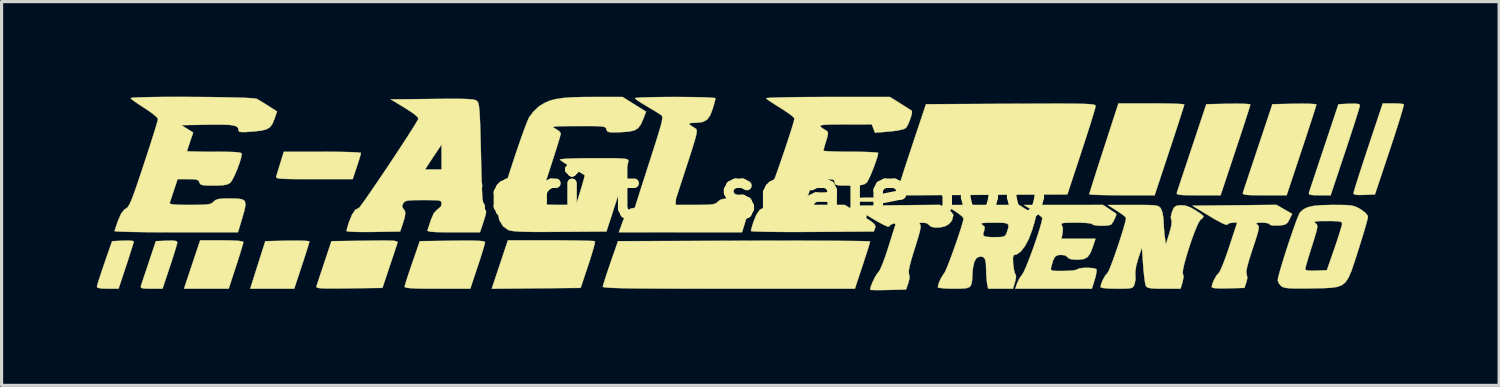
<source format=kicad_pcb>
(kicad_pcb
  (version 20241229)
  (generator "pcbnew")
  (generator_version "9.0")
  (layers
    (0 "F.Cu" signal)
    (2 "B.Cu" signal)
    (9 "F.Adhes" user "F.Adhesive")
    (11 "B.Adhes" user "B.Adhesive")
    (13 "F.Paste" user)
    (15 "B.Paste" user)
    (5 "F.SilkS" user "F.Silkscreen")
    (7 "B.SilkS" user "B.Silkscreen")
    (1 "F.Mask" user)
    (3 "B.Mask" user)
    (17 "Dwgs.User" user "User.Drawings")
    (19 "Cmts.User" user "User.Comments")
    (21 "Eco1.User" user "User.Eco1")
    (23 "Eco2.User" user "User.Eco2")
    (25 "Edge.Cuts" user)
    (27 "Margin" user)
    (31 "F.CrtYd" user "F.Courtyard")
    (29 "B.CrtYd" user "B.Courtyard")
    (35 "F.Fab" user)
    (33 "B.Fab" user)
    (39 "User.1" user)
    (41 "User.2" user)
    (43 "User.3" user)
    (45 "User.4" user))
  (footprint "scritta_scale500"
    (layer "F.Cu")
    (at 20.575 3.055)
    (property "Reference" "scritta_scale500" (at 0 0 0) (layer "F.SilkS") (effects (font (size 1.524 1.524) (thickness 0.3))))
    (attr through_hole)
    (fp_poly (pts (xy -16.319 1.477) (xy -16.1 1.489) (xy -15.978 1.508) (xy -15.951 1.527) (xy -15.966 1.592) (xy -16.008 1.736) (xy -16.07 1.938) (xy -16.147 2.181) (xy -16.183 2.289) (xy -16.414 2.997) (xy -17.823 2.997) (xy -17.569 2.235) (xy -17.314 1.473) (xy -16.633 1.473) (xy -16.319 1.477)) (stroke (width 0.01) (type solid)) (fill yes) (layer "F.SilkS"))
    (fp_poly (pts (xy -14.1 1.485) (xy -13.948 1.492) (xy -13.873 1.504) (xy -13.868 1.508) (xy -13.884 1.567) (xy -13.925 1.705) (xy -13.988 1.903) (xy -14.067 2.145) (xy -14.108 2.271) (xy -14.348 2.997) (xy -15.736 2.997) (xy -15.26 1.499) (xy -14.564 1.484) (xy -14.312 1.482) (xy -14.1 1.485)) (stroke (width 0.01) (type solid)) (fill yes) (layer "F.SilkS"))
    (fp_poly (pts (xy -5.891 1.474) (xy -5.564 1.477) (xy -5.284 1.482) (xy -5.065 1.488) (xy -4.921 1.494) (xy -4.865 1.502) (xy -4.87 1.558) (xy -4.903 1.692) (xy -4.96 1.887) (xy -5.035 2.126) (xy -5.077 2.251) (xy -5.317 2.972) (xy -8.121 2.999) (xy -7.611 1.473) (xy -6.252 1.473) (xy -5.891 1.474)) (stroke (width 0.01) (type solid)) (fill yes) (layer "F.SilkS"))
    (fp_poly (pts (xy 4.01 0.132) (xy 4.17 0.149) (xy 4.246 0.178) (xy 4.255 0.191) (xy 4.239 0.221) (xy 4.159 0.24) (xy 4.003 0.251) (xy 3.759 0.254) (xy 3.515 0.251) (xy 3.359 0.24) (xy 3.279 0.221) (xy 3.264 0.191) (xy 3.314 0.157) (xy 3.444 0.137) (xy 3.663 0.128) (xy 3.759 0.127) (xy 4.01 0.132)) (stroke (width 0.01) (type solid)) (fill yes) (layer "F.SilkS"))
    (fp_poly (pts (xy -19.454 1.49) (xy -19.406 1.507) (xy -19.406 1.507) (xy -19.421 1.567) (xy -19.463 1.704) (xy -19.526 1.903) (xy -19.604 2.145) (xy -19.646 2.271) (xy -19.886 2.997) (xy -20.23 2.997) (xy -20.431 2.99) (xy -20.541 2.969) (xy -20.57 2.934) (xy -20.553 2.865) (xy -20.508 2.719) (xy -20.442 2.516) (xy -20.36 2.275) (xy -20.329 2.184) (xy -20.091 1.499) (xy -19.748 1.484) (xy -19.577 1.481) (xy -19.454 1.49)) (stroke (width 0.01) (type solid)) (fill yes) (layer "F.SilkS"))
    (fp_poly (pts (xy -18.071 1.495) (xy -18.034 1.529) (xy -18.034 1.534) (xy -18.049 1.604) (xy -18.092 1.751) (xy -18.155 1.956) (xy -18.234 2.199) (xy -18.267 2.299) (xy -18.5 2.997) (xy -18.854 2.997) (xy -19.04 2.994) (xy -19.143 2.983) (xy -19.184 2.957) (xy -19.182 2.911) (xy -19.181 2.908) (xy -19.155 2.829) (xy -19.104 2.674) (xy -19.034 2.464) (xy -18.952 2.22) (xy -18.932 2.159) (xy -18.711 1.499) (xy -18.373 1.484) (xy -18.179 1.481) (xy -18.071 1.495)) (stroke (width 0.01) (type solid)) (fill yes) (layer "F.SilkS"))
    (fp_poly (pts (xy -13.12 -1.319) (xy -12.817 -1.315) (xy -12.565 -1.309) (xy -12.376 -1.3) (xy -12.266 -1.29) (xy -12.243 -1.283) (xy -12.258 -1.22) (xy -12.298 -1.086) (xy -12.355 -0.908) (xy -12.374 -0.851) (xy -12.505 -0.457) (xy -13.724 -0.457) (xy -14.106 -0.458) (xy -14.399 -0.459) (xy -14.613 -0.464) (xy -14.761 -0.471) (xy -14.853 -0.482) (xy -14.902 -0.499) (xy -14.918 -0.521) (xy -14.915 -0.546) (xy -14.886 -0.638) (xy -14.839 -0.793) (xy -14.782 -0.978) (xy -14.677 -1.321) (xy -13.46 -1.321) (xy -13.12 -1.319)) (stroke (width 0.01) (type solid)) (fill yes) (layer "F.SilkS"))
    (fp_poly (pts (xy 20.461 -2.841) (xy 20.587 -2.829) (xy 20.637 -2.816) (xy 20.628 -2.762) (xy 20.591 -2.625) (xy 20.529 -2.415) (xy 20.446 -2.147) (xy 20.344 -1.831) (xy 20.229 -1.479) (xy 20.196 -1.381) (xy 19.727 0.025) (xy 19.389 0.04) (xy 19.195 0.043) (xy 19.088 0.029) (xy 19.05 -0.005) (xy 19.05 -0.01) (xy 19.066 -0.074) (xy 19.109 -0.221) (xy 19.178 -0.439) (xy 19.266 -0.714) (xy 19.371 -1.035) (xy 19.487 -1.388) (xy 19.511 -1.46) (xy 19.973 -2.845) (xy 20.29 -2.845) (xy 20.461 -2.841)) (stroke (width 0.01) (type solid)) (fill yes) (layer "F.SilkS"))
    (fp_poly (pts (xy -8.725 1.482) (xy -8.533 1.488) (xy -8.41 1.499) (xy -8.347 1.516) (xy -8.331 1.536) (xy -8.347 1.605) (xy -8.389 1.751) (xy -8.452 1.956) (xy -8.531 2.199) (xy -8.564 2.299) (xy -8.797 2.997) (xy -9.834 2.997) (xy -10.201 2.996) (xy -10.477 2.991) (xy -10.671 2.982) (xy -10.794 2.969) (xy -10.856 2.951) (xy -10.868 2.934) (xy -10.85 2.865) (xy -10.806 2.719) (xy -10.739 2.516) (xy -10.658 2.275) (xy -10.626 2.184) (xy -10.389 1.499) (xy -9.36 1.485) (xy -8.997 1.481) (xy -8.725 1.482)) (stroke (width 0.01) (type solid)) (fill yes) (layer "F.SilkS"))
    (fp_poly (pts (xy 19.216 -2.823) (xy 19.253 -2.789) (xy 19.253 -2.784) (xy 19.238 -2.72) (xy 19.194 -2.573) (xy 19.126 -2.355) (xy 19.037 -2.08) (xy 18.933 -1.759) (xy 18.816 -1.406) (xy 18.792 -1.334) (xy 18.33 0.051) (xy 17.976 0.051) (xy 17.79 0.048) (xy 17.687 0.036) (xy 17.646 0.01) (xy 17.648 -0.035) (xy 17.649 -0.038) (xy 17.672 -0.108) (xy 17.723 -0.261) (xy 17.797 -0.484) (xy 17.89 -0.763) (xy 17.997 -1.086) (xy 18.115 -1.438) (xy 18.127 -1.473) (xy 18.576 -2.819) (xy 18.914 -2.834) (xy 19.108 -2.837) (xy 19.216 -2.823)) (stroke (width 0.01) (type solid)) (fill yes) (layer "F.SilkS"))
    (fp_poly (pts (xy 15.568 -2.833) (xy 15.72 -2.825) (xy 15.794 -2.813) (xy 15.799 -2.809) (xy 15.783 -2.753) (xy 15.74 -2.613) (xy 15.672 -2.401) (xy 15.584 -2.13) (xy 15.479 -1.811) (xy 15.362 -1.459) (xy 15.33 -1.36) (xy 14.86 0.051) (xy 14.158 0.051) (xy 13.878 0.05) (xy 13.685 0.046) (xy 13.565 0.036) (xy 13.501 0.02) (xy 13.479 -0.005) (xy 13.484 -0.038) (xy 13.507 -0.108) (xy 13.557 -0.261) (xy 13.631 -0.484) (xy 13.724 -0.763) (xy 13.832 -1.086) (xy 13.949 -1.438) (xy 13.961 -1.473) (xy 14.41 -2.819) (xy 15.105 -2.834) (xy 15.357 -2.836) (xy 15.568 -2.833)) (stroke (width 0.01) (type solid)) (fill yes) (layer "F.SilkS"))
    (fp_poly (pts (xy 17.651 -2.833) (xy 17.803 -2.825) (xy 17.877 -2.813) (xy 17.882 -2.809) (xy 17.866 -2.753) (xy 17.822 -2.613) (xy 17.755 -2.401) (xy 17.666 -2.13) (xy 17.562 -1.811) (xy 17.445 -1.459) (xy 17.412 -1.36) (xy 16.943 0.051) (xy 16.241 0.051) (xy 15.961 0.05) (xy 15.768 0.046) (xy 15.647 0.036) (xy 15.584 0.02) (xy 15.562 -0.005) (xy 15.566 -0.038) (xy 15.589 -0.108) (xy 15.64 -0.261) (xy 15.714 -0.484) (xy 15.807 -0.763) (xy 15.915 -1.086) (xy 16.032 -1.438) (xy 16.044 -1.473) (xy 16.493 -2.819) (xy 17.187 -2.834) (xy 17.44 -2.836) (xy 17.651 -2.833)) (stroke (width 0.01) (type solid)) (fill yes) (layer "F.SilkS"))
    (fp_poly (pts (xy -11.318 1.482) (xy -11.196 1.489) (xy -11.126 1.502) (xy -11.095 1.521) (xy -11.092 1.548) (xy -11.095 1.561) (xy -11.122 1.641) (xy -11.173 1.796) (xy -11.243 2.006) (xy -11.325 2.251) (xy -11.345 2.311) (xy -11.566 2.972) (xy -12.619 2.986) (xy -12.972 2.99) (xy -13.235 2.991) (xy -13.421 2.988) (xy -13.543 2.981) (xy -13.614 2.968) (xy -13.644 2.949) (xy -13.647 2.922) (xy -13.644 2.909) (xy -13.618 2.83) (xy -13.566 2.674) (xy -13.496 2.464) (xy -13.415 2.22) (xy -13.395 2.159) (xy -13.174 1.499) (xy -12.12 1.485) (xy -11.768 1.481) (xy -11.505 1.479) (xy -11.318 1.482)) (stroke (width 0.01) (type solid)) (fill yes) (layer "F.SilkS"))
    (fp_poly (pts (xy 12.99 -2.843) (xy 13.264 -2.839) (xy 13.487 -2.832) (xy 13.641 -2.823) (xy 13.713 -2.813) (xy 13.716 -2.81) (xy 13.701 -2.755) (xy 13.657 -2.615) (xy 13.59 -2.404) (xy 13.502 -2.133) (xy 13.398 -1.816) (xy 13.282 -1.463) (xy 13.248 -1.362) (xy 12.781 0.051) (xy 11.75 0.051) (xy 11.439 0.049) (xy 11.165 0.045) (xy 10.944 0.039) (xy 10.791 0.031) (xy 10.722 0.022) (xy 10.719 0.02) (xy 10.734 -0.034) (xy 10.777 -0.173) (xy 10.843 -0.384) (xy 10.929 -0.654) (xy 11.031 -0.972) (xy 11.145 -1.325) (xy 11.179 -1.428) (xy 11.639 -2.845) (xy 12.677 -2.845) (xy 12.99 -2.843)) (stroke (width 0.01) (type solid)) (fill yes) (layer "F.SilkS"))
    (fp_poly (pts (xy 10.078 -2.837) (xy 10.342 -2.835) (xy 10.545 -2.83) (xy 10.694 -2.824) (xy 10.798 -2.815) (xy 10.864 -2.804) (xy 10.901 -2.79) (xy 10.917 -2.773) (xy 10.919 -2.756) (xy 10.903 -2.686) (xy 10.859 -2.533) (xy 10.791 -2.31) (xy 10.703 -2.031) (xy 10.599 -1.708) (xy 10.484 -1.356) (xy 10.473 -1.321) (xy 10.029 0.025) (xy 7.33 0.039) (xy 4.631 0.052) (xy 4.753 -0.342) (xy 4.807 -0.513) (xy 4.886 -0.757) (xy 4.983 -1.055) (xy 5.092 -1.383) (xy 5.204 -1.721) (xy 5.223 -1.778) (xy 5.571 -2.819) (xy 8.247 -2.833) (xy 8.837 -2.835) (xy 9.333 -2.837) (xy 9.745 -2.838) (xy 10.078 -2.837)) (stroke (width 0.01) (type solid)) (fill yes) (layer "F.SilkS"))
    (fp_poly (pts (xy 1.613 1.484) (xy 2.125 1.485) (xy 2.583 1.487) (xy 2.981 1.49) (xy 3.309 1.493) (xy 3.562 1.497) (xy 3.73 1.502) (xy 3.806 1.508) (xy 3.81 1.509) (xy 3.795 1.568) (xy 3.753 1.705) (xy 3.69 1.903) (xy 3.612 2.144) (xy 3.57 2.271) (xy 3.33 2.997) (xy -0.646 2.997) (xy -1.403 2.997) (xy -2.064 2.996) (xy -2.634 2.994) (xy -3.12 2.992) (xy -3.526 2.988) (xy -3.858 2.984) (xy -4.123 2.978) (xy -4.325 2.971) (xy -4.469 2.963) (xy -4.563 2.953) (xy -4.61 2.942) (xy -4.619 2.934) (xy -4.602 2.865) (xy -4.557 2.719) (xy -4.491 2.516) (xy -4.409 2.275) (xy -4.378 2.184) (xy -4.14 1.499) (xy -0.165 1.486) (xy 0.46 1.484) (xy 1.056 1.483) (xy 1.613 1.484)) (stroke (width 0.01) (type solid)) (fill yes) (layer "F.SilkS"))
    (fp_poly (pts (xy 16.87 0.497) (xy 17.117 0.639) (xy 17.03 0.815) (xy 16.969 0.919) (xy 16.899 0.974) (xy 16.784 0.998) (xy 16.675 1.006) (xy 16.511 1.006) (xy 16.42 0.985) (xy 16.408 0.968) (xy 16.363 0.936) (xy 16.246 0.917) (xy 16.17 0.914) (xy 16.032 0.918) (xy 15.981 0.933) (xy 16.002 0.966) (xy 16.018 0.978) (xy 16.05 1.009) (xy 16.063 1.057) (xy 16.056 1.135) (xy 16.025 1.261) (xy 15.967 1.45) (xy 15.879 1.717) (xy 15.868 1.748) (xy 15.769 2.055) (xy 15.705 2.279) (xy 15.675 2.429) (xy 15.675 2.517) (xy 15.682 2.535) (xy 15.704 2.661) (xy 15.672 2.794) (xy 15.612 2.972) (xy 15.096 2.986) (xy 14.827 2.989) (xy 14.655 2.978) (xy 14.582 2.954) (xy 14.58 2.947) (xy 14.604 2.835) (xy 14.665 2.696) (xy 14.738 2.571) (xy 14.798 2.507) (xy 14.839 2.446) (xy 14.903 2.305) (xy 14.983 2.103) (xy 15.072 1.855) (xy 15.128 1.689) (xy 15.382 0.914) (xy 15.239 0.914) (xy 15.128 0.934) (xy 15.075 0.977) (xy 15.024 0.979) (xy 14.896 0.926) (xy 14.696 0.818) (xy 14.513 0.71) (xy 13.971 0.381) (xy 15.297 0.367) (xy 16.623 0.354) (xy 16.87 0.497)) (stroke (width 0.01) (type solid)) (fill yes) (layer "F.SilkS"))
    (fp_poly (pts (xy 6.234 0.486) (xy 6.381 0.589) (xy 6.433 0.67) (xy 6.43 0.694) (xy 6.404 0.788) (xy 6.401 0.815) (xy 6.367 0.878) (xy 6.29 0.963) (xy 6.175 1.028) (xy 6.021 1.064) (xy 5.863 1.07) (xy 5.734 1.044) (xy 5.671 0.991) (xy 5.599 0.933) (xy 5.475 0.915) (xy 5.372 0.924) (xy 5.366 0.951) (xy 5.378 0.96) (xy 5.4 0.994) (xy 5.401 1.065) (xy 5.378 1.187) (xy 5.327 1.373) (xy 5.246 1.638) (xy 5.217 1.729) (xy 5.12 2.043) (xy 5.058 2.273) (xy 5.029 2.428) (xy 5.029 2.517) (xy 5.036 2.535) (xy 5.056 2.652) (xy 5.014 2.819) (xy 4.943 3.023) (xy 4.376 3.037) (xy 4.15 3.041) (xy 3.967 3.041) (xy 3.847 3.037) (xy 3.81 3.031) (xy 3.834 2.926) (xy 3.892 2.778) (xy 3.966 2.628) (xy 4.036 2.516) (xy 4.062 2.489) (xy 4.117 2.408) (xy 4.191 2.243) (xy 4.278 2.01) (xy 4.372 1.727) (xy 4.451 1.476) (xy 4.52 1.257) (xy 4.573 1.09) (xy 4.604 0.994) (xy 4.608 0.982) (xy 4.591 0.942) (xy 4.528 0.949) (xy 4.437 0.997) (xy 4.41 1.038) (xy 4.362 1.039) (xy 4.241 0.986) (xy 4.054 0.886) (xy 3.811 0.742) (xy 3.81 0.741) (xy 3.226 0.381) (xy 4.617 0.367) (xy 6.008 0.354) (xy 6.234 0.486)) (stroke (width 0.01) (type solid)) (fill yes) (layer "F.SilkS"))
    (fp_poly (pts (xy 11.355 0.49) (xy 11.476 0.571) (xy 11.556 0.625) (xy 11.572 0.636) (xy 11.566 0.686) (xy 11.526 0.784) (xy 11.47 0.891) (xy 11.417 0.967) (xy 11.406 0.977) (xy 11.326 1.001) (xy 11.194 1.013) (xy 11.045 1.013) (xy 10.913 1.001) (xy 10.832 0.979) (xy 10.82 0.965) (xy 10.772 0.942) (xy 10.637 0.925) (xy 10.429 0.916) (xy 10.306 0.914) (xy 10.074 0.916) (xy 9.928 0.923) (xy 9.854 0.938) (xy 9.838 0.963) (xy 9.852 0.987) (xy 9.888 1.1) (xy 9.878 1.241) (xy 9.844 1.422) (xy 10.916 1.422) (xy 10.836 1.664) (xy 10.756 1.871) (xy 10.669 1.998) (xy 10.554 2.061) (xy 10.387 2.082) (xy 10.335 2.083) (xy 10.156 2.072) (xy 10.061 2.036) (xy 10.04 2.007) (xy 9.966 1.949) (xy 9.83 1.93) (xy 9.718 1.942) (xy 9.641 1.991) (xy 9.583 2.096) (xy 9.529 2.279) (xy 9.52 2.314) (xy 9.508 2.375) (xy 9.523 2.412) (xy 9.584 2.431) (xy 9.709 2.438) (xy 9.897 2.438) (xy 10.092 2.432) (xy 10.245 2.417) (xy 10.33 2.394) (xy 10.338 2.388) (xy 10.405 2.358) (xy 10.535 2.341) (xy 10.691 2.339) (xy 10.835 2.349) (xy 10.931 2.374) (xy 10.947 2.387) (xy 10.95 2.46) (xy 10.924 2.595) (xy 10.89 2.717) (xy 10.802 2.997) (xy 8.387 2.997) (xy 8.442 2.832) (xy 8.518 2.672) (xy 8.611 2.54) (xy 8.659 2.458) (xy 8.728 2.303) (xy 8.812 2.094) (xy 8.904 1.85) (xy 8.996 1.592) (xy 9.082 1.339) (xy 9.156 1.109) (xy 9.209 0.923) (xy 9.237 0.8) (xy 9.237 0.763) (xy 9.188 0.712) (xy 9.077 0.628) (xy 8.941 0.536) (xy 8.661 0.358) (xy 9.907 0.357) (xy 11.152 0.356) (xy 11.355 0.49)) (stroke (width 0.01) (type solid)) (fill yes) (layer "F.SilkS"))
    (fp_poly (pts (xy 18.679 0.357) (xy 18.869 0.363) (xy 19.003 0.378) (xy 19.105 0.406) (xy 19.199 0.45) (xy 19.277 0.495) (xy 19.427 0.605) (xy 19.502 0.703) (xy 19.507 0.73) (xy 19.492 0.807) (xy 19.45 0.963) (xy 19.387 1.183) (xy 19.305 1.45) (xy 19.212 1.748) (xy 19.201 1.782) (xy 19.084 2.149) (xy 18.988 2.431) (xy 18.899 2.64) (xy 18.803 2.787) (xy 18.687 2.884) (xy 18.538 2.941) (xy 18.34 2.969) (xy 18.082 2.981) (xy 17.748 2.986) (xy 17.729 2.987) (xy 17.407 2.991) (xy 17.171 2.99) (xy 17.004 2.982) (xy 16.891 2.967) (xy 16.816 2.943) (xy 16.777 2.92) (xy 16.691 2.822) (xy 16.662 2.731) (xy 16.678 2.637) (xy 16.722 2.468) (xy 16.746 2.385) (xy 17.526 2.385) (xy 17.572 2.418) (xy 17.713 2.431) (xy 17.869 2.428) (xy 18.212 2.413) (xy 18.45 1.727) (xy 18.536 1.474) (xy 18.608 1.25) (xy 18.661 1.075) (xy 18.689 0.969) (xy 18.691 0.953) (xy 18.682 0.91) (xy 18.638 0.884) (xy 18.54 0.87) (xy 18.371 0.864) (xy 18.227 0.864) (xy 18.011 0.865) (xy 17.882 0.872) (xy 17.826 0.887) (xy 17.83 0.912) (xy 17.854 0.932) (xy 17.89 0.964) (xy 17.908 1.007) (xy 17.906 1.078) (xy 17.881 1.194) (xy 17.829 1.37) (xy 17.75 1.625) (xy 17.737 1.664) (xy 17.66 1.911) (xy 17.595 2.125) (xy 17.549 2.286) (xy 17.527 2.376) (xy 17.526 2.385) (xy 16.746 2.385) (xy 16.788 2.242) (xy 16.869 1.977) (xy 16.961 1.692) (xy 17.056 1.406) (xy 17.149 1.136) (xy 17.233 0.901) (xy 17.303 0.72) (xy 17.353 0.61) (xy 17.366 0.59) (xy 17.47 0.496) (xy 17.606 0.43) (xy 17.789 0.387) (xy 18.038 0.364) (xy 18.368 0.356) (xy 18.411 0.356) (xy 18.679 0.357)) (stroke (width 0.01) (type solid)) (fill yes) (layer "F.SilkS"))
    (fp_poly (pts (xy -1.99 -3.046) (xy -1.679 -3.042) (xy -1.418 -3.035) (xy -1.22 -3.026) (xy -1.099 -3.016) (xy -1.067 -3.006) (xy -1.08 -2.938) (xy -1.115 -2.806) (xy -1.146 -2.699) (xy -1.23 -2.473) (xy -1.331 -2.332) (xy -1.471 -2.258) (xy -1.669 -2.234) (xy -1.689 -2.234) (xy -1.838 -2.228) (xy -1.897 -2.208) (xy -1.865 -2.163) (xy -1.743 -2.082) (xy -1.697 -2.054) (xy -1.67 -2.031) (xy -1.657 -1.992) (xy -1.659 -1.926) (xy -1.68 -1.822) (xy -1.722 -1.666) (xy -1.789 -1.448) (xy -1.882 -1.156) (xy -1.991 -0.822) (xy -2.375 0.356) (xy -1.729 0.356) (xy -1.458 0.354) (xy -1.27 0.348) (xy -1.145 0.335) (xy -1.066 0.312) (xy -1.012 0.276) (xy -0.991 0.254) (xy -0.928 0.202) (xy -0.841 0.171) (xy -0.702 0.156) (xy -0.489 0.152) (xy -0.481 0.152) (xy -0.242 0.157) (xy -0.085 0.18) (xy -0.003 0.237) (xy 0.017 0.345) (xy -0.015 0.518) (xy -0.086 0.757) (xy -0.229 1.218) (xy -2.171 1.218) (xy -4.113 1.219) (xy -3.991 0.882) (xy -3.904 0.667) (xy -3.826 0.536) (xy -3.744 0.472) (xy -3.67 0.458) (xy -3.611 0.447) (xy -3.607 0.441) (xy -3.592 0.39) (xy -3.549 0.255) (xy -3.483 0.047) (xy -3.398 -0.221) (xy -3.296 -0.537) (xy -3.183 -0.889) (xy -3.149 -0.995) (xy -3.018 -1.403) (xy -2.915 -1.726) (xy -2.839 -1.974) (xy -2.787 -2.157) (xy -2.756 -2.287) (xy -2.743 -2.374) (xy -2.746 -2.429) (xy -2.762 -2.462) (xy -2.781 -2.479) (xy -2.866 -2.535) (xy -3.011 -2.624) (xy -3.189 -2.73) (xy -3.238 -2.759) (xy -3.406 -2.86) (xy -3.534 -2.946) (xy -3.601 -3.001) (xy -3.606 -3.01) (xy -3.558 -3.02) (xy -3.421 -3.03) (xy -3.211 -3.037) (xy -2.939 -3.043) (xy -2.62 -3.047) (xy -2.337 -3.048) (xy -1.99 -3.046)) (stroke (width 0.01) (type solid)) (fill yes) (layer "F.SilkS"))
    (fp_poly (pts (xy 12.402 0.357) (xy 12.618 0.36) (xy 12.765 0.368) (xy 12.86 0.383) (xy 12.918 0.407) (xy 12.957 0.442) (xy 12.977 0.469) (xy 13.025 0.588) (xy 13.055 0.759) (xy 13.06 0.837) (xy 13.071 1.055) (xy 13.092 1.286) (xy 13.099 1.346) (xy 13.134 1.6) (xy 13.245 1.247) (xy 13.304 1.025) (xy 13.32 0.883) (xy 13.307 0.835) (xy 13.289 0.74) (xy 13.327 0.579) (xy 13.382 0.45) (xy 13.453 0.389) (xy 13.575 0.366) (xy 13.586 0.365) (xy 13.736 0.373) (xy 13.897 0.43) (xy 14.051 0.515) (xy 14.193 0.607) (xy 14.293 0.681) (xy 14.326 0.719) (xy 14.289 0.774) (xy 14.227 0.825) (xy 14.175 0.897) (xy 14.106 1.044) (xy 14.025 1.246) (xy 13.939 1.482) (xy 13.856 1.733) (xy 13.78 1.98) (xy 13.718 2.203) (xy 13.678 2.381) (xy 13.666 2.495) (xy 13.672 2.523) (xy 13.694 2.625) (xy 13.66 2.79) (xy 13.598 2.997) (xy 13.075 2.997) (xy 12.833 2.995) (xy 12.673 2.986) (xy 12.577 2.967) (xy 12.524 2.936) (xy 12.504 2.908) (xy 12.481 2.823) (xy 12.457 2.661) (xy 12.434 2.448) (xy 12.419 2.261) (xy 12.38 1.702) (xy 12.264 2.045) (xy 12.197 2.284) (xy 12.17 2.479) (xy 12.174 2.553) (xy 12.176 2.717) (xy 12.147 2.857) (xy 12.119 2.921) (xy 12.082 2.961) (xy 12.014 2.984) (xy 11.895 2.994) (xy 11.705 2.997) (xy 11.584 2.997) (xy 11.337 2.992) (xy 11.166 2.978) (xy 11.082 2.955) (xy 11.074 2.945) (xy 11.099 2.836) (xy 11.158 2.697) (xy 11.231 2.572) (xy 11.291 2.507) (xy 11.326 2.449) (xy 11.384 2.312) (xy 11.459 2.117) (xy 11.542 1.884) (xy 11.629 1.631) (xy 11.712 1.378) (xy 11.784 1.144) (xy 11.84 0.95) (xy 11.873 0.814) (xy 11.877 0.759) (xy 11.829 0.71) (xy 11.719 0.627) (xy 11.582 0.536) (xy 11.303 0.358) (xy 12.1 0.357) (xy 12.402 0.357)) (stroke (width 0.01) (type solid)) (fill yes) (layer "F.SilkS"))
    (fp_poly (pts (xy 8.759 0.518) (xy 8.899 0.606) (xy 9 0.67) (xy 9.036 0.694) (xy 9.031 0.745) (xy 9 0.87) (xy 8.949 1.048) (xy 8.917 1.151) (xy 8.812 1.43) (xy 8.688 1.661) (xy 8.556 1.829) (xy 8.428 1.919) (xy 8.37 1.93) (xy 8.329 1.952) (xy 8.313 2.03) (xy 8.318 2.184) (xy 8.321 2.223) (xy 8.342 2.386) (xy 8.37 2.505) (xy 8.393 2.546) (xy 8.412 2.614) (xy 8.388 2.753) (xy 8.378 2.787) (xy 8.315 2.997) (xy 7.531 2.997) (xy 7.499 2.838) (xy 7.481 2.692) (xy 7.469 2.502) (xy 7.468 2.411) (xy 7.46 2.196) (xy 7.431 2.065) (xy 7.375 1.999) (xy 7.283 1.981) (xy 7.173 2.022) (xy 7.095 2.147) (xy 7.049 2.363) (xy 7.036 2.54) (xy 7.025 2.738) (xy 7 2.869) (xy 6.944 2.946) (xy 6.837 2.984) (xy 6.663 2.996) (xy 6.446 2.997) (xy 6.233 2.993) (xy 6.065 2.981) (xy 5.964 2.963) (xy 5.944 2.95) (xy 5.971 2.83) (xy 6.037 2.679) (xy 6.12 2.543) (xy 6.144 2.515) (xy 6.184 2.44) (xy 6.249 2.289) (xy 6.329 2.082) (xy 6.419 1.839) (xy 6.511 1.581) (xy 6.598 1.327) (xy 6.672 1.099) (xy 6.719 0.941) (xy 7.312 0.941) (xy 7.324 0.965) (xy 7.347 0.98) (xy 7.423 1.052) (xy 7.414 1.143) (xy 7.376 1.257) (xy 7.385 1.325) (xy 7.457 1.359) (xy 7.607 1.371) (xy 7.717 1.372) (xy 7.901 1.37) (xy 8.011 1.357) (xy 8.07 1.324) (xy 8.106 1.259) (xy 8.123 1.212) (xy 8.166 1.078) (xy 8.173 0.992) (xy 8.129 0.943) (xy 8.02 0.921) (xy 7.831 0.916) (xy 7.709 0.916) (xy 7.492 0.919) (xy 7.364 0.926) (xy 7.312 0.941) (xy 6.719 0.941) (xy 6.726 0.917) (xy 6.754 0.8) (xy 6.756 0.779) (xy 6.716 0.724) (xy 6.611 0.637) (xy 6.464 0.539) (xy 6.172 0.358) (xy 7.336 0.357) (xy 8.5 0.356) (xy 8.759 0.518)) (stroke (width 0.01) (type solid)) (fill yes) (layer "F.SilkS"))
    (fp_poly (pts (xy -9.02 -2.987) (xy -8.845 -2.98) (xy -8.725 -2.969) (xy -8.646 -2.953) (xy -8.598 -2.931) (xy -8.585 -2.92) (xy -8.56 -2.889) (xy -8.54 -2.837) (xy -8.523 -2.754) (xy -8.51 -2.628) (xy -8.498 -2.449) (xy -8.487 -2.208) (xy -8.477 -1.892) (xy -8.467 -1.491) (xy -8.46 -1.207) (xy -8.449 -0.746) (xy -8.439 -0.377) (xy -8.428 -0.09) (xy -8.416 0.127) (xy -8.403 0.282) (xy -8.388 0.386) (xy -8.37 0.45) (xy -8.348 0.482) (xy -8.345 0.485) (xy -8.307 0.526) (xy -8.298 0.588) (xy -8.321 0.695) (xy -8.377 0.873) (xy -8.379 0.881) (xy -8.492 1.219) (xy -9.331 1.219) (xy -9.654 1.217) (xy -9.886 1.212) (xy -10.039 1.201) (xy -10.123 1.185) (xy -10.149 1.162) (xy -10.147 1.156) (xy -10.119 1.074) (xy -10.072 0.933) (xy -10.035 0.822) (xy -9.948 0.619) (xy -9.847 0.508) (xy -9.825 0.496) (xy -9.722 0.405) (xy -9.703 0.322) (xy -9.706 0.271) (xy -9.728 0.237) (xy -9.787 0.217) (xy -9.898 0.207) (xy -10.081 0.204) (xy -10.275 0.203) (xy -10.526 0.205) (xy -10.695 0.212) (xy -10.801 0.227) (xy -10.864 0.253) (xy -10.904 0.295) (xy -10.911 0.307) (xy -10.949 0.4) (xy -10.911 0.475) (xy -10.898 0.488) (xy -10.856 0.552) (xy -10.847 0.642) (xy -10.873 0.779) (xy -10.937 0.985) (xy -10.948 1.016) (xy -11.008 1.194) (xy -11.854 1.208) (xy -12.134 1.21) (xy -12.375 1.207) (xy -12.561 1.2) (xy -12.673 1.189) (xy -12.7 1.179) (xy -12.685 1.109) (xy -12.647 0.979) (xy -12.617 0.885) (xy -12.523 0.657) (xy -12.422 0.511) (xy -12.321 0.457) (xy -12.316 0.457) (xy -12.278 0.417) (xy -12.193 0.303) (xy -12.068 0.128) (xy -11.913 -0.096) (xy -11.735 -0.357) (xy -11.541 -0.643) (xy -11.461 -0.762) (xy -10.222 -0.762) (xy -9.703 -0.762) (xy -9.703 -1.548) (xy -9.872 -1.295) (xy -9.982 -1.129) (xy -10.084 -0.976) (xy -10.132 -0.902) (xy -10.222 -0.762) (xy -11.461 -0.762) (xy -11.341 -0.941) (xy -11.143 -1.24) (xy -10.954 -1.528) (xy -10.782 -1.792) (xy -10.636 -2.02) (xy -10.523 -2.201) (xy -10.452 -2.322) (xy -10.433 -2.361) (xy -10.463 -2.42) (xy -10.577 -2.517) (xy -10.769 -2.646) (xy -10.855 -2.7) (xy -11.303 -2.972) (xy -9.987 -2.985) (xy -9.579 -2.989) (xy -9.26 -2.99) (xy -9.02 -2.987)) (stroke (width 0.01) (type solid)) (fill yes) (layer "F.SilkS"))
    (fp_poly (pts (xy -3.254 -2.585) (xy -3.336 -2.372) (xy -3.417 -2.186) (xy -3.506 -2.065) (xy -3.626 -1.992) (xy -3.801 -1.955) (xy -4.043 -1.938) (xy -4.254 -1.931) (xy -4.385 -1.934) (xy -4.457 -1.951) (xy -4.492 -1.987) (xy -4.505 -2.027) (xy -4.519 -2.065) (xy -4.548 -2.093) (xy -4.606 -2.112) (xy -4.709 -2.124) (xy -4.869 -2.129) (xy -5.103 -2.131) (xy -5.403 -2.13) (xy -5.718 -2.129) (xy -5.941 -2.126) (xy -6.086 -2.12) (xy -6.164 -2.11) (xy -6.185 -2.095) (xy -6.161 -2.073) (xy -6.109 -2.045) (xy -6 -1.974) (xy -5.945 -1.906) (xy -5.944 -1.896) (xy -5.959 -1.83) (xy -6.001 -1.682) (xy -6.066 -1.469) (xy -6.149 -1.206) (xy -6.246 -0.907) (xy -6.274 -0.82) (xy -6.373 -0.514) (xy -6.46 -0.237) (xy -6.531 -0.004) (xy -6.58 0.167) (xy -6.603 0.262) (xy -6.604 0.272) (xy -6.592 0.309) (xy -6.546 0.333) (xy -6.447 0.347) (xy -6.281 0.353) (xy -6.032 0.355) (xy -5.461 0.354) (xy -5.318 -0.108) (xy -5.258 -0.307) (xy -5.214 -0.466) (xy -5.192 -0.563) (xy -5.191 -0.582) (xy -5.239 -0.612) (xy -5.354 -0.68) (xy -5.513 -0.774) (xy -5.576 -0.812) (xy -5.749 -0.916) (xy -5.885 -1.005) (xy -5.964 -1.063) (xy -5.973 -1.073) (xy -5.933 -1.086) (xy -5.805 -1.098) (xy -5.602 -1.107) (xy -5.337 -1.114) (xy -5.025 -1.117) (xy -4.905 -1.118) (xy -4.544 -1.117) (xy -4.272 -1.115) (xy -4.076 -1.11) (xy -3.945 -1.101) (xy -3.866 -1.087) (xy -3.825 -1.067) (xy -3.812 -1.041) (xy -3.811 -1.029) (xy -3.827 -0.956) (xy -3.869 -0.802) (xy -3.935 -0.582) (xy -4.018 -0.312) (xy -4.115 -0.006) (xy -4.158 0.127) (xy -4.504 1.194) (xy -5.973 1.205) (xy -6.424 1.207) (xy -6.785 1.207) (xy -7.065 1.203) (xy -7.277 1.195) (xy -7.43 1.183) (xy -7.536 1.166) (xy -7.604 1.145) (xy -7.769 1.022) (xy -7.882 0.834) (xy -7.925 0.614) (xy -7.925 0.612) (xy -7.909 0.515) (xy -7.863 0.337) (xy -7.794 0.095) (xy -7.707 -0.196) (xy -7.605 -0.52) (xy -7.495 -0.861) (xy -7.382 -1.205) (xy -7.27 -1.535) (xy -7.165 -1.835) (xy -7.072 -2.09) (xy -6.996 -2.285) (xy -6.942 -2.404) (xy -6.938 -2.411) (xy -6.814 -2.576) (xy -6.656 -2.729) (xy -6.606 -2.767) (xy -6.455 -2.86) (xy -6.293 -2.93) (xy -6.104 -2.981) (xy -5.871 -3.016) (xy -5.58 -3.037) (xy -5.213 -3.047) (xy -4.933 -3.048) (xy -3.996 -3.048) (xy -3.254 -2.585)) (stroke (width 0.01) (type solid)) (fill yes) (layer "F.SilkS"))
    (fp_poly (pts (xy 4.77 -2.838) (xy 4.931 -2.736) (xy 5.055 -2.657) (xy 5.121 -2.614) (xy 5.125 -2.611) (xy 5.129 -2.55) (xy 5.101 -2.431) (xy 5.052 -2.289) (xy 4.995 -2.159) (xy 4.941 -2.073) (xy 4.934 -2.066) (xy 4.839 -2.024) (xy 4.662 -1.987) (xy 4.427 -1.959) (xy 4.407 -1.957) (xy 3.963 -1.921) (xy 3.913 -2.053) (xy 3.863 -2.184) (xy 3.011 -2.183) (xy 2.688 -2.181) (xy 2.458 -2.176) (xy 2.313 -2.165) (xy 2.244 -2.145) (xy 2.243 -2.112) (xy 2.301 -2.064) (xy 2.41 -1.997) (xy 2.436 -1.982) (xy 2.475 -1.945) (xy 2.481 -1.88) (xy 2.453 -1.76) (xy 2.424 -1.664) (xy 2.376 -1.508) (xy 2.345 -1.394) (xy 2.337 -1.354) (xy 2.385 -1.343) (xy 2.518 -1.334) (xy 2.72 -1.327) (xy 2.974 -1.322) (xy 3.2 -1.321) (xy 3.484 -1.319) (xy 3.728 -1.313) (xy 3.917 -1.304) (xy 4.034 -1.293) (xy 4.064 -1.283) (xy 4.045 -1.183) (xy 3.995 -1.023) (xy 3.926 -0.832) (xy 3.849 -0.639) (xy 3.775 -0.475) (xy 3.717 -0.367) (xy 3.702 -0.349) (xy 3.638 -0.302) (xy 3.545 -0.273) (xy 3.4 -0.258) (xy 3.179 -0.254) (xy 3.15 -0.254) (xy 2.932 -0.256) (xy 2.797 -0.264) (xy 2.725 -0.282) (xy 2.697 -0.316) (xy 2.692 -0.356) (xy 2.682 -0.411) (xy 2.636 -0.441) (xy 2.531 -0.455) (xy 2.366 -0.457) (xy 2.039 -0.457) (xy 1.936 -0.18) (xy 1.872 -0.003) (xy 1.82 0.155) (xy 1.799 0.227) (xy 1.767 0.356) (xy 3.012 0.356) (xy 3.51 0.663) (xy 3.725 0.798) (xy 3.865 0.894) (xy 3.944 0.963) (xy 3.975 1.017) (xy 3.971 1.069) (xy 3.967 1.082) (xy 3.925 1.194) (xy 1.988 1.207) (xy 1.556 1.209) (xy 1.157 1.209) (xy 0.803 1.206) (xy 0.504 1.202) (xy 0.272 1.196) (xy 0.118 1.189) (xy 0.052 1.18) (xy 0.051 1.178) (xy 0.066 1.109) (xy 0.104 0.979) (xy 0.134 0.885) (xy 0.228 0.656) (xy 0.33 0.511) (xy 0.431 0.457) (xy 0.435 0.457) (xy 0.464 0.411) (xy 0.518 0.283) (xy 0.595 0.088) (xy 0.687 -0.16) (xy 0.791 -0.447) (xy 0.902 -0.757) (xy 1.013 -1.077) (xy 1.121 -1.391) (xy 1.219 -1.686) (xy 1.304 -1.946) (xy 1.369 -2.157) (xy 1.41 -2.305) (xy 1.422 -2.371) (xy 1.382 -2.421) (xy 1.272 -2.508) (xy 1.111 -2.619) (xy 0.989 -2.697) (xy 0.802 -2.813) (xy 0.651 -2.913) (xy 0.553 -2.983) (xy 0.528 -3.005) (xy 0.571 -3.015) (xy 0.705 -3.023) (xy 0.919 -3.031) (xy 1.203 -3.038) (xy 1.545 -3.043) (xy 1.935 -3.046) (xy 2.362 -3.048) (xy 2.468 -3.048) (xy 4.434 -3.048) (xy 4.77 -2.838)) (stroke (width 0.01) (type solid)) (fill yes) (layer "F.SilkS"))
    (fp_poly (pts (xy -17.777 -3.05) (xy -17.389 -3.048) (xy -17.004 -3.045) (xy -16.638 -3.039) (xy -16.302 -3.032) (xy -16.011 -3.024) (xy -15.777 -3.014) (xy -15.613 -3.003) (xy -15.533 -2.991) (xy -15.53 -2.989) (xy -15.429 -2.931) (xy -15.279 -2.839) (xy -15.156 -2.761) (xy -14.89 -2.591) (xy -14.967 -2.368) (xy -15.032 -2.205) (xy -15.111 -2.096) (xy -15.225 -2.027) (xy -15.396 -1.985) (xy -15.646 -1.958) (xy -15.659 -1.957) (xy -15.876 -1.942) (xy -16.01 -1.941) (xy -16.08 -1.955) (xy -16.103 -1.986) (xy -16.104 -1.996) (xy -16.115 -2.063) (xy -16.157 -2.113) (xy -16.243 -2.146) (xy -16.386 -2.167) (xy -16.598 -2.175) (xy -16.893 -2.176) (xy -17.076 -2.173) (xy -17.907 -2.159) (xy -17.533 -1.926) (xy -17.631 -1.641) (xy -17.683 -1.486) (xy -17.719 -1.376) (xy -17.729 -1.338) (xy -17.681 -1.333) (xy -17.548 -1.328) (xy -17.346 -1.324) (xy -17.092 -1.321) (xy -16.866 -1.321) (xy -16.538 -1.319) (xy -16.301 -1.314) (xy -16.141 -1.304) (xy -16.046 -1.288) (xy -16.006 -1.266) (xy -16.002 -1.253) (xy -16.022 -1.135) (xy -16.074 -0.962) (xy -16.146 -0.767) (xy -16.227 -0.578) (xy -16.303 -0.427) (xy -16.363 -0.343) (xy -16.447 -0.295) (xy -16.572 -0.267) (xy -16.763 -0.255) (xy -16.891 -0.254) (xy -17.099 -0.256) (xy -17.228 -0.267) (xy -17.297 -0.29) (xy -17.33 -0.331) (xy -17.338 -0.356) (xy -17.365 -0.411) (xy -17.426 -0.442) (xy -17.545 -0.455) (xy -17.695 -0.457) (xy -18.026 -0.457) (xy -18.139 -0.114) (xy -18.198 0.065) (xy -18.247 0.211) (xy -18.275 0.291) (xy -18.275 0.292) (xy -18.262 0.319) (xy -18.189 0.338) (xy -18.046 0.349) (xy -17.82 0.355) (xy -17.641 0.356) (xy -17.367 0.354) (xy -17.177 0.348) (xy -17.05 0.335) (xy -16.969 0.313) (xy -16.916 0.279) (xy -16.891 0.254) (xy -16.829 0.202) (xy -16.741 0.171) (xy -16.603 0.156) (xy -16.389 0.152) (xy -16.381 0.152) (xy -16.143 0.157) (xy -15.987 0.179) (xy -15.904 0.237) (xy -15.884 0.344) (xy -15.915 0.517) (xy -15.983 0.757) (xy -16.122 1.219) (xy -18.068 1.219) (xy -18.502 1.218) (xy -18.901 1.216) (xy -19.256 1.211) (xy -19.556 1.206) (xy -19.788 1.199) (xy -19.944 1.191) (xy -20.01 1.183) (xy -20.012 1.181) (xy -19.994 1.117) (xy -19.951 0.987) (xy -19.898 0.839) (xy -19.803 0.626) (xy -19.704 0.502) (xy -19.659 0.474) (xy -19.617 0.445) (xy -19.575 0.393) (xy -19.527 0.306) (xy -19.47 0.174) (xy -19.399 -0.013) (xy -19.31 -0.268) (xy -19.198 -0.599) (xy -19.088 -0.93) (xy -18.972 -1.284) (xy -18.867 -1.608) (xy -18.778 -1.89) (xy -18.708 -2.116) (xy -18.662 -2.274) (xy -18.644 -2.35) (xy -18.644 -2.352) (xy -18.684 -2.412) (xy -18.795 -2.507) (xy -18.957 -2.625) (xy -19.074 -2.701) (xy -19.256 -2.819) (xy -19.4 -2.919) (xy -19.488 -2.988) (xy -19.506 -3.01) (xy -19.458 -3.022) (xy -19.321 -3.032) (xy -19.11 -3.039) (xy -18.836 -3.045) (xy -18.514 -3.049) (xy -18.157 -3.05) (xy -17.777 -3.05)) (stroke (width 0.01) (type solid)) (fill yes) (layer "F.SilkS")))
  (gr_rect
    (start -3 -3)
    (end 44.217 9.101)
    (stroke (width 0.1) (type default))
    (fill no)
    (layer "Edge.Cuts")))
</source>
